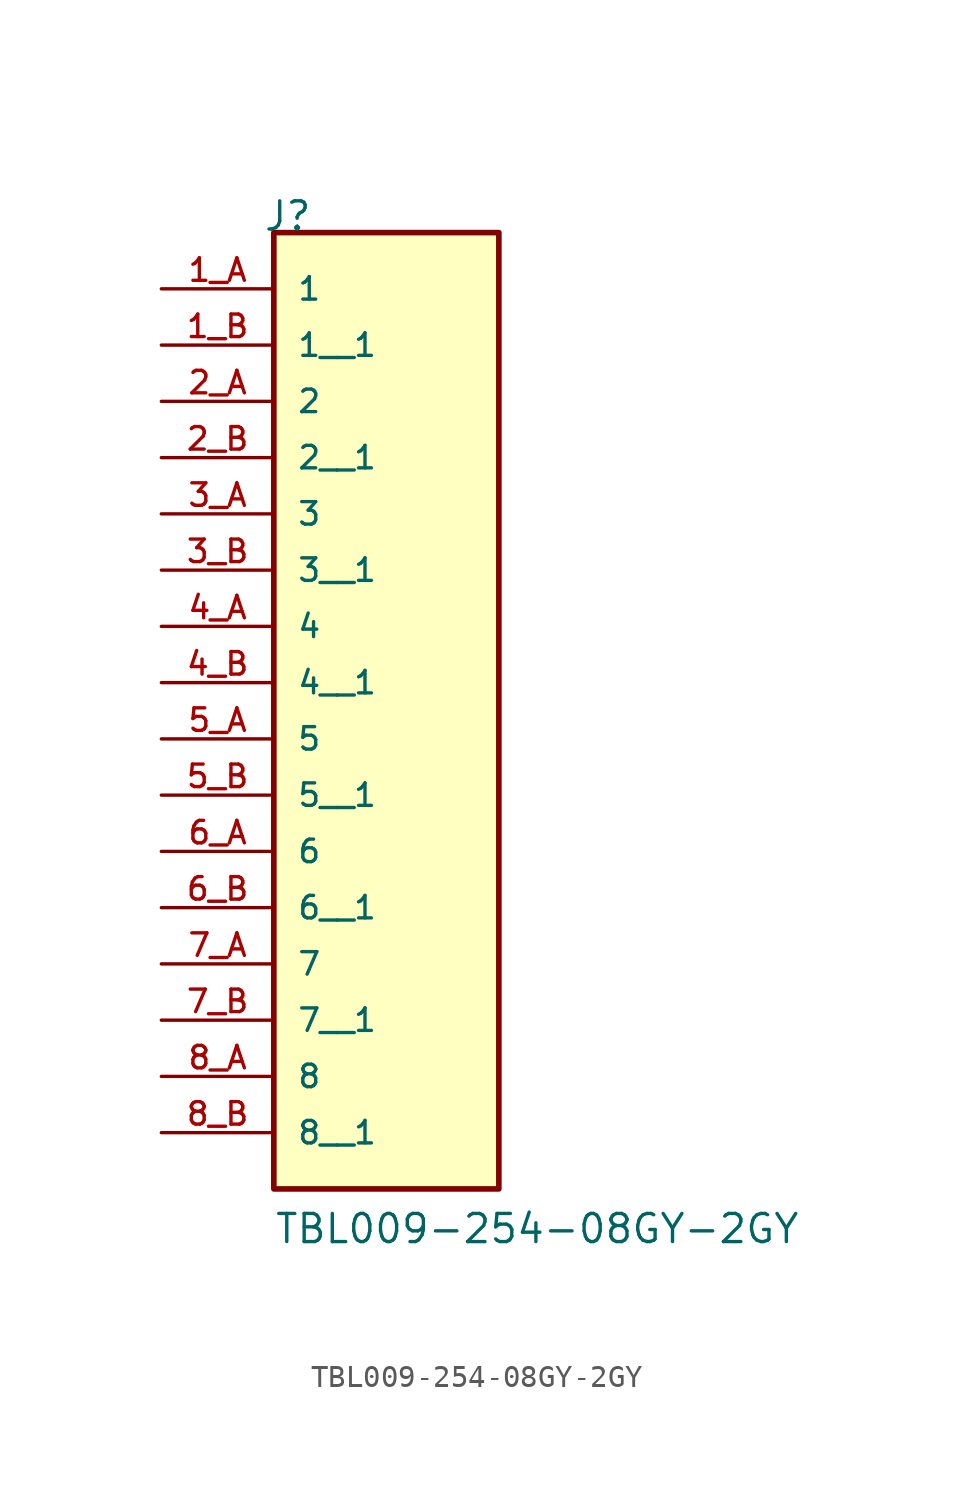
<source format=kicad_sym>
(kicad_symbol_lib
  (version 20211014)
  (generator kicad_symbol_editor)
  (symbol "TBL009-254-08GY-2GY"
    (pin_names
      (offset 1.016))
    (property "Reference" "J"
      (at -5.58 12.7 0)
      (effects (font (size 1.27 1.27)) (justify bottom left)))
    (property "Value" "TBL009-254-08GY-2GY"
      (at -5.08 -33.02 0)
      (effects (font (size 1.27 1.27)) (justify bottom left)))
    (symbol "TBL009-254-08GY-2GY_0_0"
      (rectangle (start -5.08 -30.48) (end 5.08 12.7) (stroke (width 0.254)) (fill (type background)))
      (pin passive line (at -10.16 10.16 0) (length 5.08) (name "1" (effects (font (size 1.016 1.016)))) (number "1_A" (effects (font (size 1.016 1.016)))))
      (pin passive line (at -10.16 5.08 0) (length 5.08) (name "2" (effects (font (size 1.016 1.016)))) (number "2_A" (effects (font (size 1.016 1.016)))))
      (pin passive line (at -10.16 0.0 0) (length 5.08) (name "3" (effects (font (size 1.016 1.016)))) (number "3_A" (effects (font (size 1.016 1.016)))))
      (pin passive line (at -10.16 -5.08 0) (length 5.08) (name "4" (effects (font (size 1.016 1.016)))) (number "4_A" (effects (font (size 1.016 1.016)))))
      (pin passive line (at -10.16 -10.16 0) (length 5.08) (name "5" (effects (font (size 1.016 1.016)))) (number "5_A" (effects (font (size 1.016 1.016)))))
      (pin passive line (at -10.16 -15.24 0) (length 5.08) (name "6" (effects (font (size 1.016 1.016)))) (number "6_A" (effects (font (size 1.016 1.016)))))
      (pin passive line (at -10.16 -20.32 0) (length 5.08) (name "7" (effects (font (size 1.016 1.016)))) (number "7_A" (effects (font (size 1.016 1.016)))))
      (pin passive line (at -10.16 -25.4 0) (length 5.08) (name "8" (effects (font (size 1.016 1.016)))) (number "8_A" (effects (font (size 1.016 1.016)))))
      (pin passive line (at -10.16 7.62 0) (length 5.08) (name "1__1" (effects (font (size 1.016 1.016)))) (number "1_B" (effects (font (size 1.016 1.016)))))
      (pin passive line (at -10.16 2.54 0) (length 5.08) (name "2__1" (effects (font (size 1.016 1.016)))) (number "2_B" (effects (font (size 1.016 1.016)))))
      (pin passive line (at -10.16 -2.54 0) (length 5.08) (name "3__1" (effects (font (size 1.016 1.016)))) (number "3_B" (effects (font (size 1.016 1.016)))))
      (pin passive line (at -10.16 -7.62 0) (length 5.08) (name "4__1" (effects (font (size 1.016 1.016)))) (number "4_B" (effects (font (size 1.016 1.016)))))
      (pin passive line (at -10.16 -12.7 0) (length 5.08) (name "5__1" (effects (font (size 1.016 1.016)))) (number "5_B" (effects (font (size 1.016 1.016)))))
      (pin passive line (at -10.16 -17.78 0) (length 5.08) (name "6__1" (effects (font (size 1.016 1.016)))) (number "6_B" (effects (font (size 1.016 1.016)))))
      (pin passive line (at -10.16 -22.86 0) (length 5.08) (name "7__1" (effects (font (size 1.016 1.016)))) (number "7_B" (effects (font (size 1.016 1.016)))))
      (pin passive line (at -10.16 -27.94 0) (length 5.08) (name "8__1" (effects (font (size 1.016 1.016)))) (number "8_B" (effects (font (size 1.016 1.016))))))))
</source>
